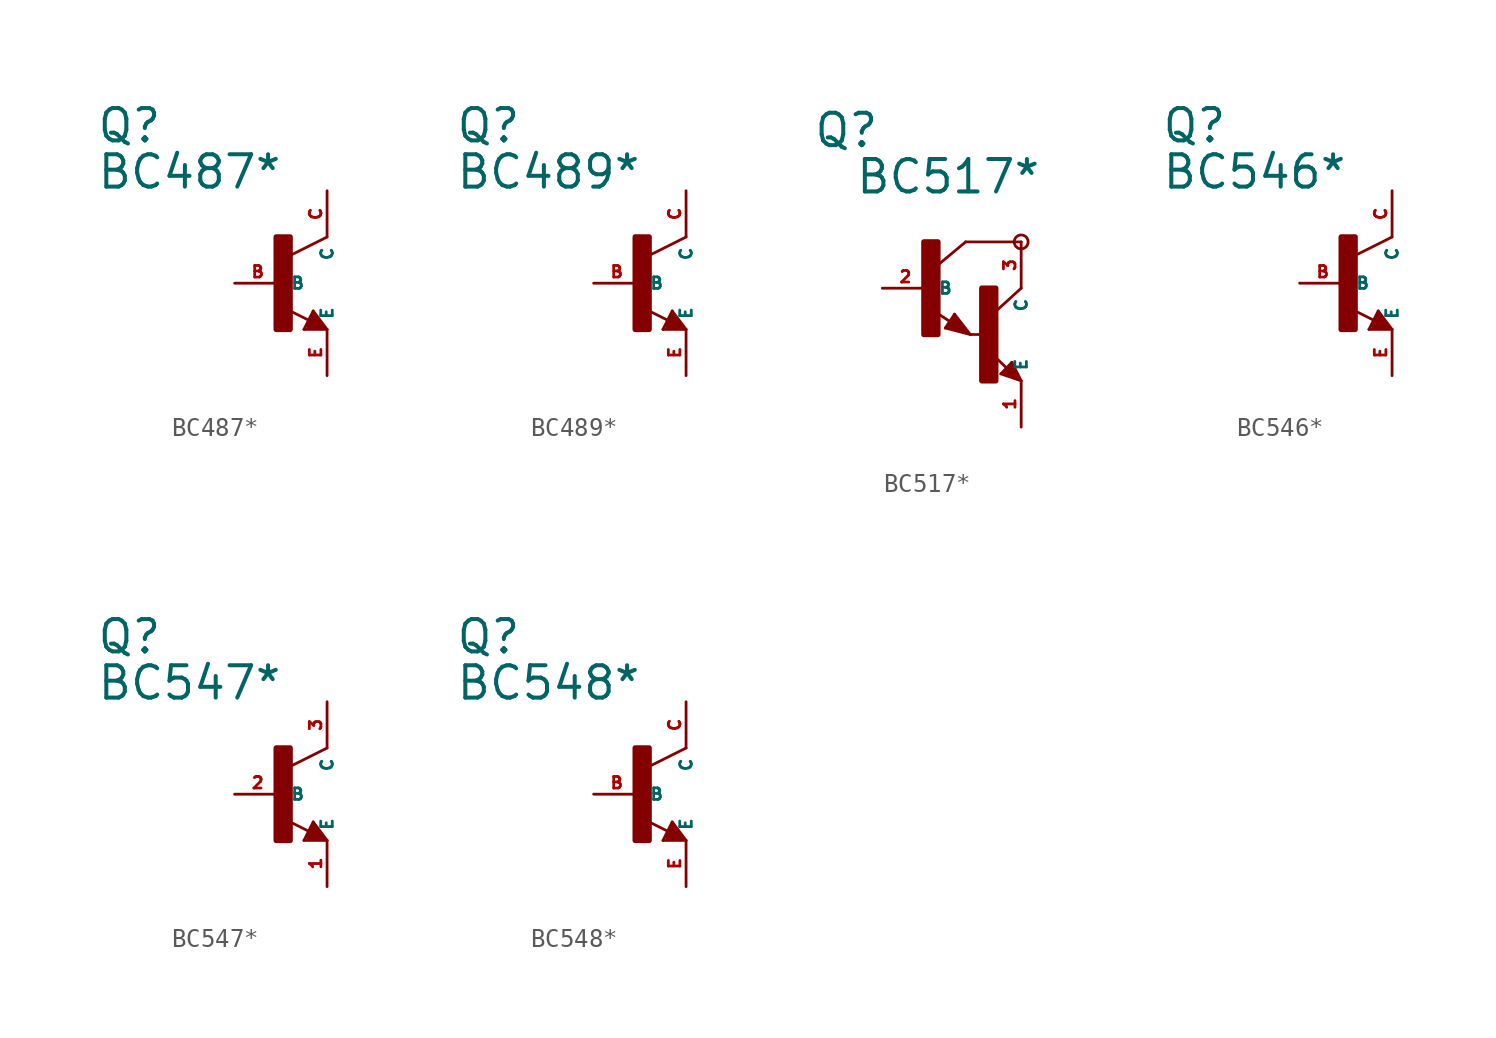
<source format=kicad_sym>
(kicad_symbol_lib
  (version 20220914)
  (generator Eagle2Kicad)
  (symbol "BC487*"
    (property "Reference" "Q"
      (at -10.16 7.62 0)
      (effects (font (size 1.778 1.778) (thickness 0.22)) (justify left bottom)))
    (property "Value" "BC487*"
      (at -10.16 5.08 0)
      (effects (font (size 1.778 1.778) (thickness 0.22)) (justify left bottom)))
    (polyline
      (pts (xy 2.54 2.54) (xy 0.508 1.524))
      (stroke (width 0.152) (type default))
      (fill (type none)))
    (polyline
      (pts (xy 1.778 -1.524) (xy 2.54 -2.54))
      (stroke (width 0.152) (type default))
      (fill (type none)))
    (polyline
      (pts (xy 2.54 -2.54) (xy 1.27 -2.54))
      (stroke (width 0.152) (type default))
      (fill (type none)))
    (polyline
      (pts (xy 1.27 -2.54) (xy 1.778 -1.524))
      (stroke (width 0.152) (type default))
      (fill (type none)))
    (polyline
      (pts (xy 1.54 -2.04) (xy 0.308 -1.424))
      (stroke (width 0.152) (type default))
      (fill (type none)))
    (polyline
      (pts (xy 1.524 -2.413) (xy 2.286 -2.413))
      (stroke (width 0.254) (type default))
      (fill (type none)))
    (polyline
      (pts (xy 2.286 -2.413) (xy 1.778 -1.778))
      (stroke (width 0.254) (type default))
      (fill (type none)))
    (polyline
      (pts (xy 1.778 -1.778) (xy 1.524 -2.286))
      (stroke (width 0.254) (type default))
      (fill (type none)))
    (polyline
      (pts (xy 1.524 -2.286) (xy 1.905 -2.286))
      (stroke (width 0.254) (type default))
      (fill (type none)))
    (polyline
      (pts (xy 1.905 -2.286) (xy 1.778 -2.032))
      (stroke (width 0.254) (type default))
      (fill (type none)))
    (rectangle
      (start -0.254 -2.54)
      (end 0.508 2.54)
      (stroke (width 0.3) (type default))
      (fill (type outline)))
    (pin passive line
      (at -2.54 0 0)
      (length 2.54)
      (name "B" (effects (font (size 0.635 0.635) (thickness 0.08)) (justify left bottom)))
      (number "B" (effects (font (size 0.635 0.635) (thickness 0.08)) (justify left bottom))))
    (pin passive line
      (at 2.54 -5.08 90)
      (length 2.54)
      (name "E" (effects (font (size 0.635 0.635) (thickness 0.08)) (justify left bottom)))
      (number "E" (effects (font (size 0.635 0.635) (thickness 0.08)) (justify left bottom))))
    (pin passive line
      (at 2.54 5.08 270)
      (length 2.54)
      (name "C" (effects (font (size 0.635 0.635) (thickness 0.08)) (justify left bottom)))
      (number "C" (effects (font (size 0.635 0.635) (thickness 0.08)) (justify left bottom)))))
  (symbol "BC489*"
    (property "Reference" "Q"
      (at -10.16 7.62 0)
      (effects (font (size 1.778 1.778) (thickness 0.22)) (justify left bottom)))
    (property "Value" "BC489*"
      (at -10.16 5.08 0)
      (effects (font (size 1.778 1.778) (thickness 0.22)) (justify left bottom)))
    (polyline
      (pts (xy 2.54 2.54) (xy 0.508 1.524))
      (stroke (width 0.152) (type default))
      (fill (type none)))
    (polyline
      (pts (xy 1.778 -1.524) (xy 2.54 -2.54))
      (stroke (width 0.152) (type default))
      (fill (type none)))
    (polyline
      (pts (xy 2.54 -2.54) (xy 1.27 -2.54))
      (stroke (width 0.152) (type default))
      (fill (type none)))
    (polyline
      (pts (xy 1.27 -2.54) (xy 1.778 -1.524))
      (stroke (width 0.152) (type default))
      (fill (type none)))
    (polyline
      (pts (xy 1.54 -2.04) (xy 0.308 -1.424))
      (stroke (width 0.152) (type default))
      (fill (type none)))
    (polyline
      (pts (xy 1.524 -2.413) (xy 2.286 -2.413))
      (stroke (width 0.254) (type default))
      (fill (type none)))
    (polyline
      (pts (xy 2.286 -2.413) (xy 1.778 -1.778))
      (stroke (width 0.254) (type default))
      (fill (type none)))
    (polyline
      (pts (xy 1.778 -1.778) (xy 1.524 -2.286))
      (stroke (width 0.254) (type default))
      (fill (type none)))
    (polyline
      (pts (xy 1.524 -2.286) (xy 1.905 -2.286))
      (stroke (width 0.254) (type default))
      (fill (type none)))
    (polyline
      (pts (xy 1.905 -2.286) (xy 1.778 -2.032))
      (stroke (width 0.254) (type default))
      (fill (type none)))
    (rectangle
      (start -0.254 -2.54)
      (end 0.508 2.54)
      (stroke (width 0.3) (type default))
      (fill (type outline)))
    (pin passive line
      (at -2.54 0 0)
      (length 2.54)
      (name "B" (effects (font (size 0.635 0.635) (thickness 0.08)) (justify left bottom)))
      (number "B" (effects (font (size 0.635 0.635) (thickness 0.08)) (justify left bottom))))
    (pin passive line
      (at 2.54 -5.08 90)
      (length 2.54)
      (name "E" (effects (font (size 0.635 0.635) (thickness 0.08)) (justify left bottom)))
      (number "E" (effects (font (size 0.635 0.635) (thickness 0.08)) (justify left bottom))))
    (pin passive line
      (at 2.54 5.08 270)
      (length 2.54)
      (name "C" (effects (font (size 0.635 0.635) (thickness 0.08)) (justify left bottom)))
      (number "C" (effects (font (size 0.635 0.635) (thickness 0.08)) (justify left bottom)))))
  (symbol "BC517*"
    (property "Reference" "Q"
      (at -6.35 7.62 0)
      (effects (font (size 1.778 1.778) (thickness 0.22)) (justify left bottom)))
    (property "Value" "BC517*"
      (at -4.064 5.08 0)
      (effects (font (size 1.778 1.778) (thickness 0.22)) (justify left bottom)))
    (polyline
      (pts (xy 5.08 2.54) (xy 2.032 2.54))
      (stroke (width 0.152) (type default))
      (fill (type none)))
    (polyline
      (pts (xy 1.424 -1.424) (xy 2.286 -2.54))
      (stroke (width 0.152) (type default))
      (fill (type none)))
    (polyline
      (pts (xy 2.921 -2.54) (xy 2.286 -2.54))
      (stroke (width 0.152) (type default))
      (fill (type none)))
    (polyline
      (pts (xy 0.916 -2.186) (xy 1.424 -1.424))
      (stroke (width 0.152) (type default))
      (fill (type none)))
    (polyline
      (pts (xy 2.286 -2.54) (xy 0.916 -2.186))
      (stroke (width 0.152) (type default))
      (fill (type none)))
    (polyline
      (pts (xy 2.032 2.54) (xy 0.508 1.27))
      (stroke (width 0.152) (type default))
      (fill (type none)))
    (polyline
      (pts (xy 5.08 0) (xy 3.683 -1.27))
      (stroke (width 0.152) (type default))
      (fill (type none)))
    (polyline
      (pts (xy 5.08 -5.08) (xy 3.964 -4.699))
      (stroke (width 0.152) (type default))
      (fill (type none)))
    (polyline
      (pts (xy 4.572 -4.064) (xy 5.08 -5.08))
      (stroke (width 0.152) (type default))
      (fill (type none)))
    (polyline
      (pts (xy 3.964 -4.699) (xy 4.572 -4.064))
      (stroke (width 0.152) (type default))
      (fill (type none)))
    (polyline
      (pts (xy 1.186 -1.84) (xy 0.208 -1.197))
      (stroke (width 0.152) (type default))
      (fill (type none)))
    (polyline
      (pts (xy 4.28 -4.38) (xy 3.483 -3.61))
      (stroke (width 0.152) (type default))
      (fill (type none)))
    (polyline
      (pts (xy 2.159 -2.413) (xy 1.397 -1.524))
      (stroke (width 0.127) (type default))
      (fill (type none)))
    (polyline
      (pts (xy 1.397 -1.524) (xy 1.016 -2.159))
      (stroke (width 0.127) (type default))
      (fill (type none)))
    (polyline
      (pts (xy 1.016 -2.159) (xy 2.032 -2.413))
      (stroke (width 0.127) (type default))
      (fill (type none)))
    (polyline
      (pts (xy 2.032 -2.413) (xy 1.397 -1.651))
      (stroke (width 0.127) (type default))
      (fill (type none)))
    (polyline
      (pts (xy 1.397 -1.651) (xy 1.143 -2.032))
      (stroke (width 0.127) (type default))
      (fill (type none)))
    (polyline
      (pts (xy 1.143 -2.032) (xy 1.905 -2.286))
      (stroke (width 0.254) (type default))
      (fill (type none)))
    (polyline
      (pts (xy 1.905 -2.286) (xy 1.397 -1.778))
      (stroke (width 0.254) (type default))
      (fill (type none)))
    (polyline
      (pts (xy 1.397 -1.778) (xy 1.397 -1.905))
      (stroke (width 0.254) (type default))
      (fill (type none)))
    (polyline
      (pts (xy 4.953 -4.953) (xy 4.572 -4.191))
      (stroke (width 0.127) (type default))
      (fill (type none)))
    (polyline
      (pts (xy 4.572 -4.191) (xy 4.064 -4.699))
      (stroke (width 0.127) (type default))
      (fill (type none)))
    (polyline
      (pts (xy 4.064 -4.699) (xy 4.826 -4.953))
      (stroke (width 0.127) (type default))
      (fill (type none)))
    (polyline
      (pts (xy 4.826 -4.953) (xy 4.572 -4.318))
      (stroke (width 0.127) (type default))
      (fill (type none)))
    (polyline
      (pts (xy 4.572 -4.318) (xy 4.191 -4.699))
      (stroke (width 0.254) (type default))
      (fill (type none)))
    (polyline
      (pts (xy 4.191 -4.699) (xy 4.699 -4.826))
      (stroke (width 0.254) (type default))
      (fill (type none)))
    (polyline
      (pts (xy 4.699 -4.826) (xy 4.572 -4.572))
      (stroke (width 0.254) (type default))
      (fill (type none)))
    (polyline
      (pts (xy 4.572 -4.572) (xy 4.445 -4.572))
      (stroke (width 0.254) (type default))
      (fill (type none)))
    (circle
      (center 5.08 2.54)
      (radius 0.381)
      (stroke (width 0) (type default))
      (fill (type none)))
    (rectangle
      (start -0.254 -2.54)
      (end 0.508 2.54)
      (stroke (width 0.3) (type default))
      (fill (type outline)))
    (rectangle
      (start 2.921 -5.08)
      (end 3.683 0)
      (stroke (width 0.3) (type default))
      (fill (type outline)))
    (pin passive line
      (at -2.54 0 0)
      (length 2.54)
      (name "B" (effects (font (size 0.635 0.635) (thickness 0.08)) (justify left bottom)))
      (number "2" (effects (font (size 0.635 0.635) (thickness 0.08)) (justify left bottom))))
    (pin passive line
      (at 5.08 -7.62 90)
      (length 2.54)
      (name "E" (effects (font (size 0.635 0.635) (thickness 0.08)) (justify left bottom)))
      (number "1" (effects (font (size 0.635 0.635) (thickness 0.08)) (justify left bottom))))
    (pin passive line
      (at 5.08 2.54 270)
      (length 2.54)
      (name "C" (effects (font (size 0.635 0.635) (thickness 0.08)) (justify left bottom)))
      (number "3" (effects (font (size 0.635 0.635) (thickness 0.08)) (justify left bottom)))))
  (symbol "BC546*"
    (property "Reference" "Q"
      (at -10.16 7.62 0)
      (effects (font (size 1.778 1.778) (thickness 0.22)) (justify left bottom)))
    (property "Value" "BC546*"
      (at -10.16 5.08 0)
      (effects (font (size 1.778 1.778) (thickness 0.22)) (justify left bottom)))
    (polyline
      (pts (xy 2.54 2.54) (xy 0.508 1.524))
      (stroke (width 0.152) (type default))
      (fill (type none)))
    (polyline
      (pts (xy 1.778 -1.524) (xy 2.54 -2.54))
      (stroke (width 0.152) (type default))
      (fill (type none)))
    (polyline
      (pts (xy 2.54 -2.54) (xy 1.27 -2.54))
      (stroke (width 0.152) (type default))
      (fill (type none)))
    (polyline
      (pts (xy 1.27 -2.54) (xy 1.778 -1.524))
      (stroke (width 0.152) (type default))
      (fill (type none)))
    (polyline
      (pts (xy 1.54 -2.04) (xy 0.308 -1.424))
      (stroke (width 0.152) (type default))
      (fill (type none)))
    (polyline
      (pts (xy 1.524 -2.413) (xy 2.286 -2.413))
      (stroke (width 0.254) (type default))
      (fill (type none)))
    (polyline
      (pts (xy 2.286 -2.413) (xy 1.778 -1.778))
      (stroke (width 0.254) (type default))
      (fill (type none)))
    (polyline
      (pts (xy 1.778 -1.778) (xy 1.524 -2.286))
      (stroke (width 0.254) (type default))
      (fill (type none)))
    (polyline
      (pts (xy 1.524 -2.286) (xy 1.905 -2.286))
      (stroke (width 0.254) (type default))
      (fill (type none)))
    (polyline
      (pts (xy 1.905 -2.286) (xy 1.778 -2.032))
      (stroke (width 0.254) (type default))
      (fill (type none)))
    (rectangle
      (start -0.254 -2.54)
      (end 0.508 2.54)
      (stroke (width 0.3) (type default))
      (fill (type outline)))
    (pin passive line
      (at -2.54 0 0)
      (length 2.54)
      (name "B" (effects (font (size 0.635 0.635) (thickness 0.08)) (justify left bottom)))
      (number "B" (effects (font (size 0.635 0.635) (thickness 0.08)) (justify left bottom))))
    (pin passive line
      (at 2.54 -5.08 90)
      (length 2.54)
      (name "E" (effects (font (size 0.635 0.635) (thickness 0.08)) (justify left bottom)))
      (number "E" (effects (font (size 0.635 0.635) (thickness 0.08)) (justify left bottom))))
    (pin passive line
      (at 2.54 5.08 270)
      (length 2.54)
      (name "C" (effects (font (size 0.635 0.635) (thickness 0.08)) (justify left bottom)))
      (number "C" (effects (font (size 0.635 0.635) (thickness 0.08)) (justify left bottom)))))
  (symbol "BC547*"
    (property "Reference" "Q"
      (at -10.16 7.62 0)
      (effects (font (size 1.778 1.778) (thickness 0.22)) (justify left bottom)))
    (property "Value" "BC547*"
      (at -10.16 5.08 0)
      (effects (font (size 1.778 1.778) (thickness 0.22)) (justify left bottom)))
    (polyline
      (pts (xy 2.54 2.54) (xy 0.508 1.524))
      (stroke (width 0.152) (type default))
      (fill (type none)))
    (polyline
      (pts (xy 1.778 -1.524) (xy 2.54 -2.54))
      (stroke (width 0.152) (type default))
      (fill (type none)))
    (polyline
      (pts (xy 2.54 -2.54) (xy 1.27 -2.54))
      (stroke (width 0.152) (type default))
      (fill (type none)))
    (polyline
      (pts (xy 1.27 -2.54) (xy 1.778 -1.524))
      (stroke (width 0.152) (type default))
      (fill (type none)))
    (polyline
      (pts (xy 1.54 -2.04) (xy 0.308 -1.424))
      (stroke (width 0.152) (type default))
      (fill (type none)))
    (polyline
      (pts (xy 1.524 -2.413) (xy 2.286 -2.413))
      (stroke (width 0.254) (type default))
      (fill (type none)))
    (polyline
      (pts (xy 2.286 -2.413) (xy 1.778 -1.778))
      (stroke (width 0.254) (type default))
      (fill (type none)))
    (polyline
      (pts (xy 1.778 -1.778) (xy 1.524 -2.286))
      (stroke (width 0.254) (type default))
      (fill (type none)))
    (polyline
      (pts (xy 1.524 -2.286) (xy 1.905 -2.286))
      (stroke (width 0.254) (type default))
      (fill (type none)))
    (polyline
      (pts (xy 1.905 -2.286) (xy 1.778 -2.032))
      (stroke (width 0.254) (type default))
      (fill (type none)))
    (rectangle
      (start -0.254 -2.54)
      (end 0.508 2.54)
      (stroke (width 0.3) (type default))
      (fill (type outline)))
    (pin passive line
      (at -2.54 0 0)
      (length 2.54)
      (name "B" (effects (font (size 0.635 0.635) (thickness 0.08)) (justify left bottom)))
      (number "2" (effects (font (size 0.635 0.635) (thickness 0.08)) (justify left bottom))))
    (pin passive line
      (at 2.54 -5.08 90)
      (length 2.54)
      (name "E" (effects (font (size 0.635 0.635) (thickness 0.08)) (justify left bottom)))
      (number "1" (effects (font (size 0.635 0.635) (thickness 0.08)) (justify left bottom))))
    (pin passive line
      (at 2.54 5.08 270)
      (length 2.54)
      (name "C" (effects (font (size 0.635 0.635) (thickness 0.08)) (justify left bottom)))
      (number "3" (effects (font (size 0.635 0.635) (thickness 0.08)) (justify left bottom)))))
  (symbol "BC548*"
    (property "Reference" "Q"
      (at -10.16 7.62 0)
      (effects (font (size 1.778 1.778) (thickness 0.22)) (justify left bottom)))
    (property "Value" "BC548*"
      (at -10.16 5.08 0)
      (effects (font (size 1.778 1.778) (thickness 0.22)) (justify left bottom)))
    (polyline
      (pts (xy 2.54 2.54) (xy 0.508 1.524))
      (stroke (width 0.152) (type default))
      (fill (type none)))
    (polyline
      (pts (xy 1.778 -1.524) (xy 2.54 -2.54))
      (stroke (width 0.152) (type default))
      (fill (type none)))
    (polyline
      (pts (xy 2.54 -2.54) (xy 1.27 -2.54))
      (stroke (width 0.152) (type default))
      (fill (type none)))
    (polyline
      (pts (xy 1.27 -2.54) (xy 1.778 -1.524))
      (stroke (width 0.152) (type default))
      (fill (type none)))
    (polyline
      (pts (xy 1.54 -2.04) (xy 0.308 -1.424))
      (stroke (width 0.152) (type default))
      (fill (type none)))
    (polyline
      (pts (xy 1.524 -2.413) (xy 2.286 -2.413))
      (stroke (width 0.254) (type default))
      (fill (type none)))
    (polyline
      (pts (xy 2.286 -2.413) (xy 1.778 -1.778))
      (stroke (width 0.254) (type default))
      (fill (type none)))
    (polyline
      (pts (xy 1.778 -1.778) (xy 1.524 -2.286))
      (stroke (width 0.254) (type default))
      (fill (type none)))
    (polyline
      (pts (xy 1.524 -2.286) (xy 1.905 -2.286))
      (stroke (width 0.254) (type default))
      (fill (type none)))
    (polyline
      (pts (xy 1.905 -2.286) (xy 1.778 -2.032))
      (stroke (width 0.254) (type default))
      (fill (type none)))
    (rectangle
      (start -0.254 -2.54)
      (end 0.508 2.54)
      (stroke (width 0.3) (type default))
      (fill (type outline)))
    (pin passive line
      (at -2.54 0 0)
      (length 2.54)
      (name "B" (effects (font (size 0.635 0.635) (thickness 0.08)) (justify left bottom)))
      (number "B" (effects (font (size 0.635 0.635) (thickness 0.08)) (justify left bottom))))
    (pin passive line
      (at 2.54 -5.08 90)
      (length 2.54)
      (name "E" (effects (font (size 0.635 0.635) (thickness 0.08)) (justify left bottom)))
      (number "E" (effects (font (size 0.635 0.635) (thickness 0.08)) (justify left bottom))))
    (pin passive line
      (at 2.54 5.08 270)
      (length 2.54)
      (name "C" (effects (font (size 0.635 0.635) (thickness 0.08)) (justify left bottom)))
      (number "C" (effects (font (size 0.635 0.635) (thickness 0.08)) (justify left bottom))))))
</source>
